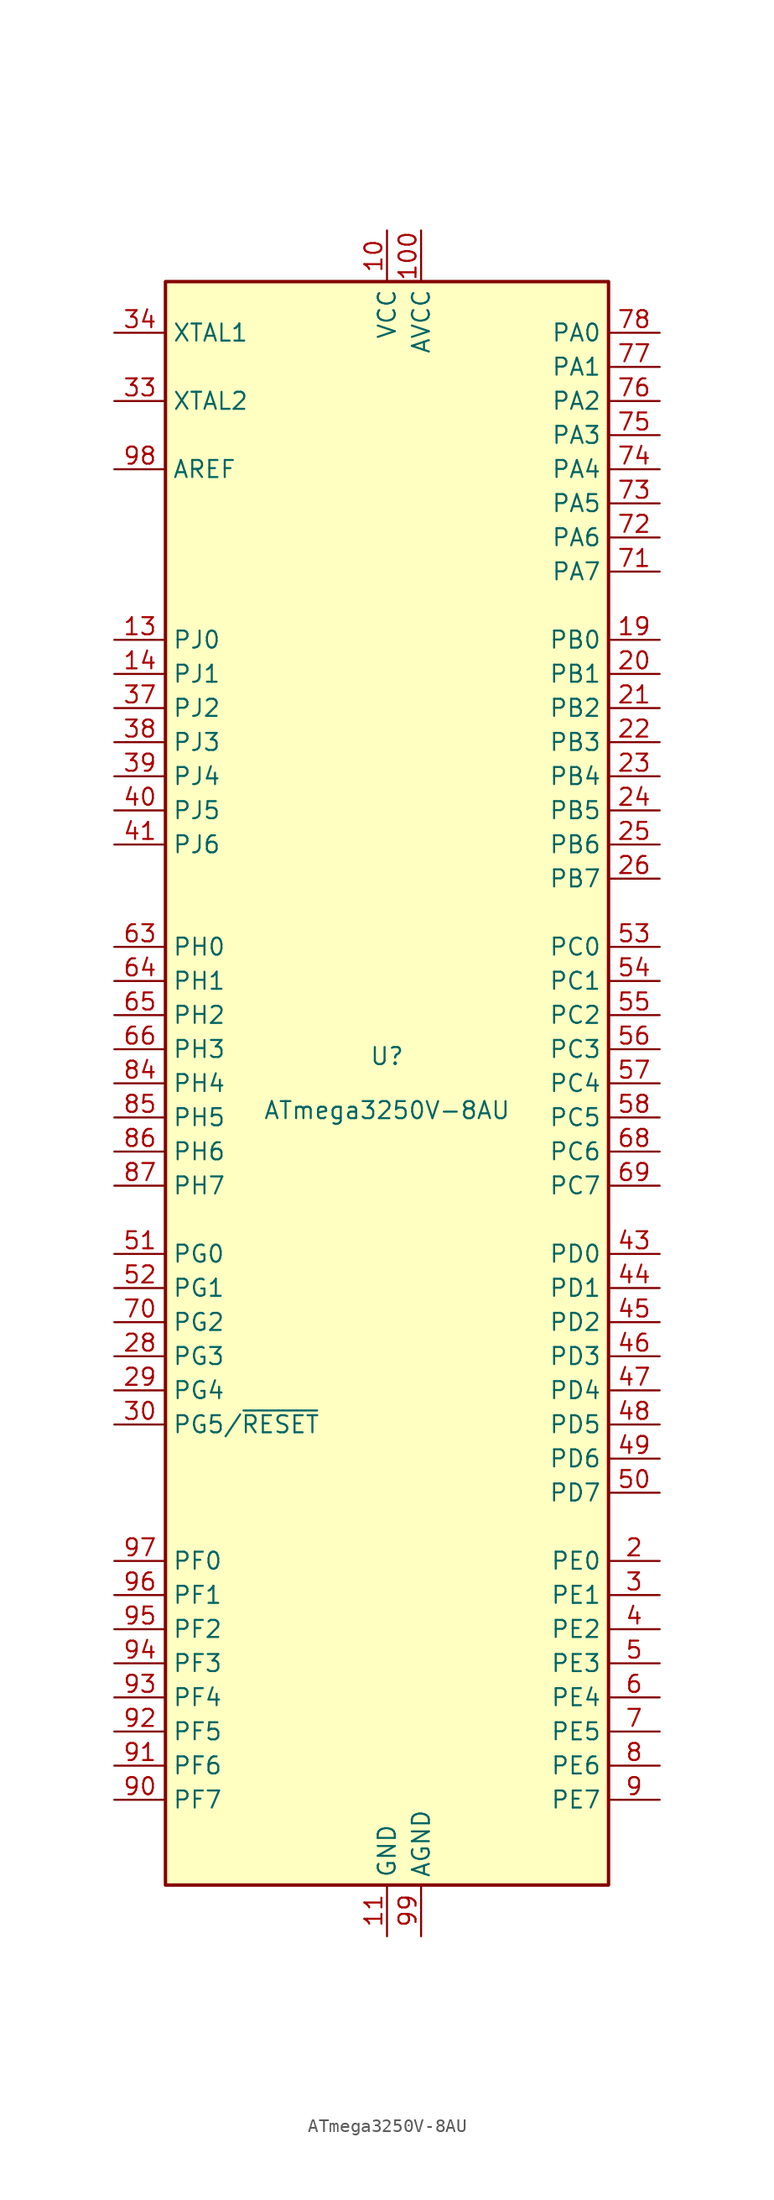
<source format=kicad_sym>
(kicad_symbol_lib
  (version 20201005)
  (generator kicad_symbol_editor)
  (symbol "ATmega3250V-8AU"
    (property "Reference" "U"
      (at 0 1.27 0)
      (effects (font (size 1.27 1.27)) (justify bottom)))
    (property "Value" "ATmega3250V-8AU"
      (at 0 -1.27 0)
      (effects (font (size 1.27 1.27)) (justify top)))
    (symbol "ATmega3250V-8AU_0_1"
      (rectangle (start -16.51 -59.69) (end 16.51 59.69) (stroke (width 0.254)) (fill (type background))))
    (symbol "ATmega3250V-8AU_1_1"
      (pin no_connect line (at -15.24 40.64 0) (length 2.54) hide (name "NC" (effects (font (size 1.27 1.27)))) (number "1" (effects (font (size 1.27 1.27)))))
      (pin power_in line (at 0 63.5 270) (length 3.81) (name "VCC" (effects (font (size 1.27 1.27)))) (number "10" (effects (font (size 1.27 1.27)))))
      (pin power_in line (at 2.54 63.5 270) (length 3.81) (name "AVCC" (effects (font (size 1.27 1.27)))) (number "100" (effects (font (size 1.27 1.27)))))
      (pin power_in line (at 0 -63.5 90) (length 3.81) (name "GND" (effects (font (size 1.27 1.27)))) (number "11" (effects (font (size 1.27 1.27)))))
      (pin no_connect line (at -15.24 38.1 0) (length 2.54) hide (name "NC" (effects (font (size 1.27 1.27)))) (number "12" (effects (font (size 1.27 1.27)))))
      (pin tri_state line (at -20.32 33.02 0) (length 3.81) (name "PJ0" (effects (font (size 1.27 1.27)))) (number "13" (effects (font (size 1.27 1.27)))))
      (pin tri_state line (at -20.32 30.48 0) (length 3.81) (name "PJ1" (effects (font (size 1.27 1.27)))) (number "14" (effects (font (size 1.27 1.27)))))
      (pin no_connect line (at -15.24 35.56 0) (length 2.54) hide (name "NC" (effects (font (size 1.27 1.27)))) (number "15" (effects (font (size 1.27 1.27)))))
      (pin no_connect line (at -15.24 15.24 0) (length 2.54) hide (name "NC" (effects (font (size 1.27 1.27)))) (number "16" (effects (font (size 1.27 1.27)))))
      (pin no_connect line (at -15.24 12.7 0) (length 2.54) hide (name "NC" (effects (font (size 1.27 1.27)))) (number "17" (effects (font (size 1.27 1.27)))))
      (pin no_connect line (at -15.24 -10.16 0) (length 2.54) hide (name "NC" (effects (font (size 1.27 1.27)))) (number "18" (effects (font (size 1.27 1.27)))))
      (pin tri_state line (at 20.32 33.02 180) (length 3.81) (name "PB0" (effects (font (size 1.27 1.27)))) (number "19" (effects (font (size 1.27 1.27)))))
      (pin tri_state line (at 20.32 -35.56 180) (length 3.81) (name "PE0" (effects (font (size 1.27 1.27)))) (number "2" (effects (font (size 1.27 1.27)))))
      (pin tri_state line (at 20.32 30.48 180) (length 3.81) (name "PB1" (effects (font (size 1.27 1.27)))) (number "20" (effects (font (size 1.27 1.27)))))
      (pin tri_state line (at 20.32 27.94 180) (length 3.81) (name "PB2" (effects (font (size 1.27 1.27)))) (number "21" (effects (font (size 1.27 1.27)))))
      (pin tri_state line (at 20.32 25.4 180) (length 3.81) (name "PB3" (effects (font (size 1.27 1.27)))) (number "22" (effects (font (size 1.27 1.27)))))
      (pin tri_state line (at 20.32 22.86 180) (length 3.81) (name "PB4" (effects (font (size 1.27 1.27)))) (number "23" (effects (font (size 1.27 1.27)))))
      (pin tri_state line (at 20.32 20.32 180) (length 3.81) (name "PB5" (effects (font (size 1.27 1.27)))) (number "24" (effects (font (size 1.27 1.27)))))
      (pin tri_state line (at 20.32 17.78 180) (length 3.81) (name "PB6" (effects (font (size 1.27 1.27)))) (number "25" (effects (font (size 1.27 1.27)))))
      (pin tri_state line (at 20.32 15.24 180) (length 3.81) (name "PB7" (effects (font (size 1.27 1.27)))) (number "26" (effects (font (size 1.27 1.27)))))
      (pin no_connect line (at -15.24 -27.94 0) (length 2.54) hide (name "NC" (effects (font (size 1.27 1.27)))) (number "27" (effects (font (size 1.27 1.27)))))
      (pin tri_state line (at -20.32 -20.32 0) (length 3.81) (name "PG3" (effects (font (size 1.27 1.27)))) (number "28" (effects (font (size 1.27 1.27)))))
      (pin tri_state line (at -20.32 -22.86 0) (length 3.81) (name "PG4" (effects (font (size 1.27 1.27)))) (number "29" (effects (font (size 1.27 1.27)))))
      (pin tri_state line (at 20.32 -38.1 180) (length 3.81) (name "PE1" (effects (font (size 1.27 1.27)))) (number "3" (effects (font (size 1.27 1.27)))))
      (pin tri_state line (at -20.32 -25.4 0) (length 3.81) (name "PG5/~RESET" (effects (font (size 1.27 1.27)))) (number "30" (effects (font (size 1.27 1.27)))))
      (pin passive line (at 0 63.5 270) (length 3.81) hide (name "VCC" (effects (font (size 1.27 1.27)))) (number "31" (effects (font (size 1.27 1.27)))))
      (pin passive line (at 0 -63.5 90) (length 3.81) hide (name "GND" (effects (font (size 1.27 1.27)))) (number "32" (effects (font (size 1.27 1.27)))))
      (pin output line (at -20.32 50.8 0) (length 3.81) (name "XTAL2" (effects (font (size 1.27 1.27)))) (number "33" (effects (font (size 1.27 1.27)))))
      (pin input line (at -20.32 55.88 0) (length 3.81) (name "XTAL1" (effects (font (size 1.27 1.27)))) (number "34" (effects (font (size 1.27 1.27)))))
      (pin no_connect line (at -15.24 -30.48 0) (length 2.54) hide (name "NC" (effects (font (size 1.27 1.27)))) (number "35" (effects (font (size 1.27 1.27)))))
      (pin no_connect line (at -15.24 -33.02 0) (length 2.54) hide (name "NC" (effects (font (size 1.27 1.27)))) (number "36" (effects (font (size 1.27 1.27)))))
      (pin tri_state line (at -20.32 27.94 0) (length 3.81) (name "PJ2" (effects (font (size 1.27 1.27)))) (number "37" (effects (font (size 1.27 1.27)))))
      (pin tri_state line (at -20.32 25.4 0) (length 3.81) (name "PJ3" (effects (font (size 1.27 1.27)))) (number "38" (effects (font (size 1.27 1.27)))))
      (pin tri_state line (at -20.32 22.86 0) (length 3.81) (name "PJ4" (effects (font (size 1.27 1.27)))) (number "39" (effects (font (size 1.27 1.27)))))
      (pin tri_state line (at 20.32 -40.64 180) (length 3.81) (name "PE2" (effects (font (size 1.27 1.27)))) (number "4" (effects (font (size 1.27 1.27)))))
      (pin tri_state line (at -20.32 20.32 0) (length 3.81) (name "PJ5" (effects (font (size 1.27 1.27)))) (number "40" (effects (font (size 1.27 1.27)))))
      (pin tri_state line (at -20.32 17.78 0) (length 3.81) (name "PJ6" (effects (font (size 1.27 1.27)))) (number "41" (effects (font (size 1.27 1.27)))))
      (pin no_connect line (at -15.24 -58.42 90) (length 2.54) hide (name "NC" (effects (font (size 1.27 1.27)))) (number "42" (effects (font (size 1.27 1.27)))))
      (pin tri_state line (at 20.32 -12.7 180) (length 3.81) (name "PD0" (effects (font (size 1.27 1.27)))) (number "43" (effects (font (size 1.27 1.27)))))
      (pin tri_state line (at 20.32 -15.24 180) (length 3.81) (name "PD1" (effects (font (size 1.27 1.27)))) (number "44" (effects (font (size 1.27 1.27)))))
      (pin tri_state line (at 20.32 -17.78 180) (length 3.81) (name "PD2" (effects (font (size 1.27 1.27)))) (number "45" (effects (font (size 1.27 1.27)))))
      (pin tri_state line (at 20.32 -20.32 180) (length 3.81) (name "PD3" (effects (font (size 1.27 1.27)))) (number "46" (effects (font (size 1.27 1.27)))))
      (pin tri_state line (at 20.32 -22.86 180) (length 3.81) (name "PD4" (effects (font (size 1.27 1.27)))) (number "47" (effects (font (size 1.27 1.27)))))
      (pin tri_state line (at 20.32 -25.4 180) (length 3.81) (name "PD5" (effects (font (size 1.27 1.27)))) (number "48" (effects (font (size 1.27 1.27)))))
      (pin tri_state line (at 20.32 -27.94 180) (length 3.81) (name "PD6" (effects (font (size 1.27 1.27)))) (number "49" (effects (font (size 1.27 1.27)))))
      (pin tri_state line (at 20.32 -43.18 180) (length 3.81) (name "PE3" (effects (font (size 1.27 1.27)))) (number "5" (effects (font (size 1.27 1.27)))))
      (pin tri_state line (at 20.32 -30.48 180) (length 3.81) (name "PD7" (effects (font (size 1.27 1.27)))) (number "50" (effects (font (size 1.27 1.27)))))
      (pin tri_state line (at -20.32 -12.7 0) (length 3.81) (name "PG0" (effects (font (size 1.27 1.27)))) (number "51" (effects (font (size 1.27 1.27)))))
      (pin tri_state line (at -20.32 -15.24 0) (length 3.81) (name "PG1" (effects (font (size 1.27 1.27)))) (number "52" (effects (font (size 1.27 1.27)))))
      (pin tri_state line (at 20.32 10.16 180) (length 3.81) (name "PC0" (effects (font (size 1.27 1.27)))) (number "53" (effects (font (size 1.27 1.27)))))
      (pin tri_state line (at 20.32 7.62 180) (length 3.81) (name "PC1" (effects (font (size 1.27 1.27)))) (number "54" (effects (font (size 1.27 1.27)))))
      (pin tri_state line (at 20.32 5.08 180) (length 3.81) (name "PC2" (effects (font (size 1.27 1.27)))) (number "55" (effects (font (size 1.27 1.27)))))
      (pin tri_state line (at 20.32 2.54 180) (length 3.81) (name "PC3" (effects (font (size 1.27 1.27)))) (number "56" (effects (font (size 1.27 1.27)))))
      (pin tri_state line (at 20.32 0 180) (length 3.81) (name "PC4" (effects (font (size 1.27 1.27)))) (number "57" (effects (font (size 1.27 1.27)))))
      (pin tri_state line (at 20.32 -2.54 180) (length 3.81) (name "PC5" (effects (font (size 1.27 1.27)))) (number "58" (effects (font (size 1.27 1.27)))))
      (pin no_connect line (at -12.7 -58.42 90) (length 2.54) hide (name "NC" (effects (font (size 1.27 1.27)))) (number "59" (effects (font (size 1.27 1.27)))))
      (pin tri_state line (at 20.32 -45.72 180) (length 3.81) (name "PE4" (effects (font (size 1.27 1.27)))) (number "6" (effects (font (size 1.27 1.27)))))
      (pin no_connect line (at -10.16 -58.42 90) (length 2.54) hide (name "NC" (effects (font (size 1.27 1.27)))) (number "60" (effects (font (size 1.27 1.27)))))
      (pin no_connect line (at -7.62 -58.42 90) (length 2.54) hide (name "NC" (effects (font (size 1.27 1.27)))) (number "61" (effects (font (size 1.27 1.27)))))
      (pin no_connect line (at -5.08 -58.42 90) (length 2.54) hide (name "NC" (effects (font (size 1.27 1.27)))) (number "62" (effects (font (size 1.27 1.27)))))
      (pin tri_state line (at -20.32 10.16 0) (length 3.81) (name "PH0" (effects (font (size 1.27 1.27)))) (number "63" (effects (font (size 1.27 1.27)))))
      (pin tri_state line (at -20.32 7.62 0) (length 3.81) (name "PH1" (effects (font (size 1.27 1.27)))) (number "64" (effects (font (size 1.27 1.27)))))
      (pin tri_state line (at -20.32 5.08 0) (length 3.81) (name "PH2" (effects (font (size 1.27 1.27)))) (number "65" (effects (font (size 1.27 1.27)))))
      (pin tri_state line (at -20.32 2.54 0) (length 3.81) (name "PH3" (effects (font (size 1.27 1.27)))) (number "66" (effects (font (size 1.27 1.27)))))
      (pin no_connect line (at -2.54 -58.42 90) (length 2.54) hide (name "NC" (effects (font (size 1.27 1.27)))) (number "67" (effects (font (size 1.27 1.27)))))
      (pin tri_state line (at 20.32 -5.08 180) (length 3.81) (name "PC6" (effects (font (size 1.27 1.27)))) (number "68" (effects (font (size 1.27 1.27)))))
      (pin tri_state line (at 20.32 -7.62 180) (length 3.81) (name "PC7" (effects (font (size 1.27 1.27)))) (number "69" (effects (font (size 1.27 1.27)))))
      (pin tri_state line (at 20.32 -48.26 180) (length 3.81) (name "PE5" (effects (font (size 1.27 1.27)))) (number "7" (effects (font (size 1.27 1.27)))))
      (pin tri_state line (at -20.32 -17.78 0) (length 3.81) (name "PG2" (effects (font (size 1.27 1.27)))) (number "70" (effects (font (size 1.27 1.27)))))
      (pin tri_state line (at 20.32 38.1 180) (length 3.81) (name "PA7" (effects (font (size 1.27 1.27)))) (number "71" (effects (font (size 1.27 1.27)))))
      (pin tri_state line (at 20.32 40.64 180) (length 3.81) (name "PA6" (effects (font (size 1.27 1.27)))) (number "72" (effects (font (size 1.27 1.27)))))
      (pin tri_state line (at 20.32 43.18 180) (length 3.81) (name "PA5" (effects (font (size 1.27 1.27)))) (number "73" (effects (font (size 1.27 1.27)))))
      (pin tri_state line (at 20.32 45.72 180) (length 3.81) (name "PA4" (effects (font (size 1.27 1.27)))) (number "74" (effects (font (size 1.27 1.27)))))
      (pin tri_state line (at 20.32 48.26 180) (length 3.81) (name "PA3" (effects (font (size 1.27 1.27)))) (number "75" (effects (font (size 1.27 1.27)))))
      (pin tri_state line (at 20.32 50.8 180) (length 3.81) (name "PA2" (effects (font (size 1.27 1.27)))) (number "76" (effects (font (size 1.27 1.27)))))
      (pin tri_state line (at 20.32 53.34 180) (length 3.81) (name "PA1" (effects (font (size 1.27 1.27)))) (number "77" (effects (font (size 1.27 1.27)))))
      (pin tri_state line (at 20.32 55.88 180) (length 3.81) (name "PA0" (effects (font (size 1.27 1.27)))) (number "78" (effects (font (size 1.27 1.27)))))
      (pin no_connect line (at 5.08 -58.42 90) (length 2.54) hide (name "NC" (effects (font (size 1.27 1.27)))) (number "79" (effects (font (size 1.27 1.27)))))
      (pin tri_state line (at 20.32 -50.8 180) (length 3.81) (name "PE6" (effects (font (size 1.27 1.27)))) (number "8" (effects (font (size 1.27 1.27)))))
      (pin passive line (at 0 63.5 270) (length 3.81) hide (name "VCC" (effects (font (size 1.27 1.27)))) (number "80" (effects (font (size 1.27 1.27)))))
      (pin passive line (at 0 -63.5 90) (length 3.81) hide (name "GND" (effects (font (size 1.27 1.27)))) (number "81" (effects (font (size 1.27 1.27)))))
      (pin no_connect line (at 7.62 -58.42 90) (length 2.54) hide (name "NC" (effects (font (size 1.27 1.27)))) (number "82" (effects (font (size 1.27 1.27)))))
      (pin no_connect line (at 10.16 -58.42 90) (length 2.54) hide (name "NC" (effects (font (size 1.27 1.27)))) (number "83" (effects (font (size 1.27 1.27)))))
      (pin tri_state line (at -20.32 0 0) (length 3.81) (name "PH4" (effects (font (size 1.27 1.27)))) (number "84" (effects (font (size 1.27 1.27)))))
      (pin tri_state line (at -20.32 -2.54 0) (length 3.81) (name "PH5" (effects (font (size 1.27 1.27)))) (number "85" (effects (font (size 1.27 1.27)))))
      (pin tri_state line (at -20.32 -5.08 0) (length 3.81) (name "PH6" (effects (font (size 1.27 1.27)))) (number "86" (effects (font (size 1.27 1.27)))))
      (pin tri_state line (at -20.32 -7.62 0) (length 3.81) (name "PH7" (effects (font (size 1.27 1.27)))) (number "87" (effects (font (size 1.27 1.27)))))
      (pin no_connect line (at 12.7 -58.42 90) (length 2.54) hide (name "NC" (effects (font (size 1.27 1.27)))) (number "88" (effects (font (size 1.27 1.27)))))
      (pin no_connect line (at 15.24 -58.42 90) (length 2.54) hide (name "NC" (effects (font (size 1.27 1.27)))) (number "89" (effects (font (size 1.27 1.27)))))
      (pin tri_state line (at 20.32 -53.34 180) (length 3.81) (name "PE7" (effects (font (size 1.27 1.27)))) (number "9" (effects (font (size 1.27 1.27)))))
      (pin tri_state line (at -20.32 -53.34 0) (length 3.81) (name "PF7" (effects (font (size 1.27 1.27)))) (number "90" (effects (font (size 1.27 1.27)))))
      (pin tri_state line (at -20.32 -50.8 0) (length 3.81) (name "PF6" (effects (font (size 1.27 1.27)))) (number "91" (effects (font (size 1.27 1.27)))))
      (pin tri_state line (at -20.32 -48.26 0) (length 3.81) (name "PF5" (effects (font (size 1.27 1.27)))) (number "92" (effects (font (size 1.27 1.27)))))
      (pin tri_state line (at -20.32 -45.72 0) (length 3.81) (name "PF4" (effects (font (size 1.27 1.27)))) (number "93" (effects (font (size 1.27 1.27)))))
      (pin tri_state line (at -20.32 -43.18 0) (length 3.81) (name "PF3" (effects (font (size 1.27 1.27)))) (number "94" (effects (font (size 1.27 1.27)))))
      (pin tri_state line (at -20.32 -40.64 0) (length 3.81) (name "PF2" (effects (font (size 1.27 1.27)))) (number "95" (effects (font (size 1.27 1.27)))))
      (pin tri_state line (at -20.32 -38.1 0) (length 3.81) (name "PF1" (effects (font (size 1.27 1.27)))) (number "96" (effects (font (size 1.27 1.27)))))
      (pin tri_state line (at -20.32 -35.56 0) (length 3.81) (name "PF0" (effects (font (size 1.27 1.27)))) (number "97" (effects (font (size 1.27 1.27)))))
      (pin passive line (at -20.32 45.72 0) (length 3.81) (name "AREF" (effects (font (size 1.27 1.27)))) (number "98" (effects (font (size 1.27 1.27)))))
      (pin power_in line (at 2.54 -63.5 90) (length 3.81) (name "AGND" (effects (font (size 1.27 1.27)))) (number "99" (effects (font (size 1.27 1.27))))))))
</source>
